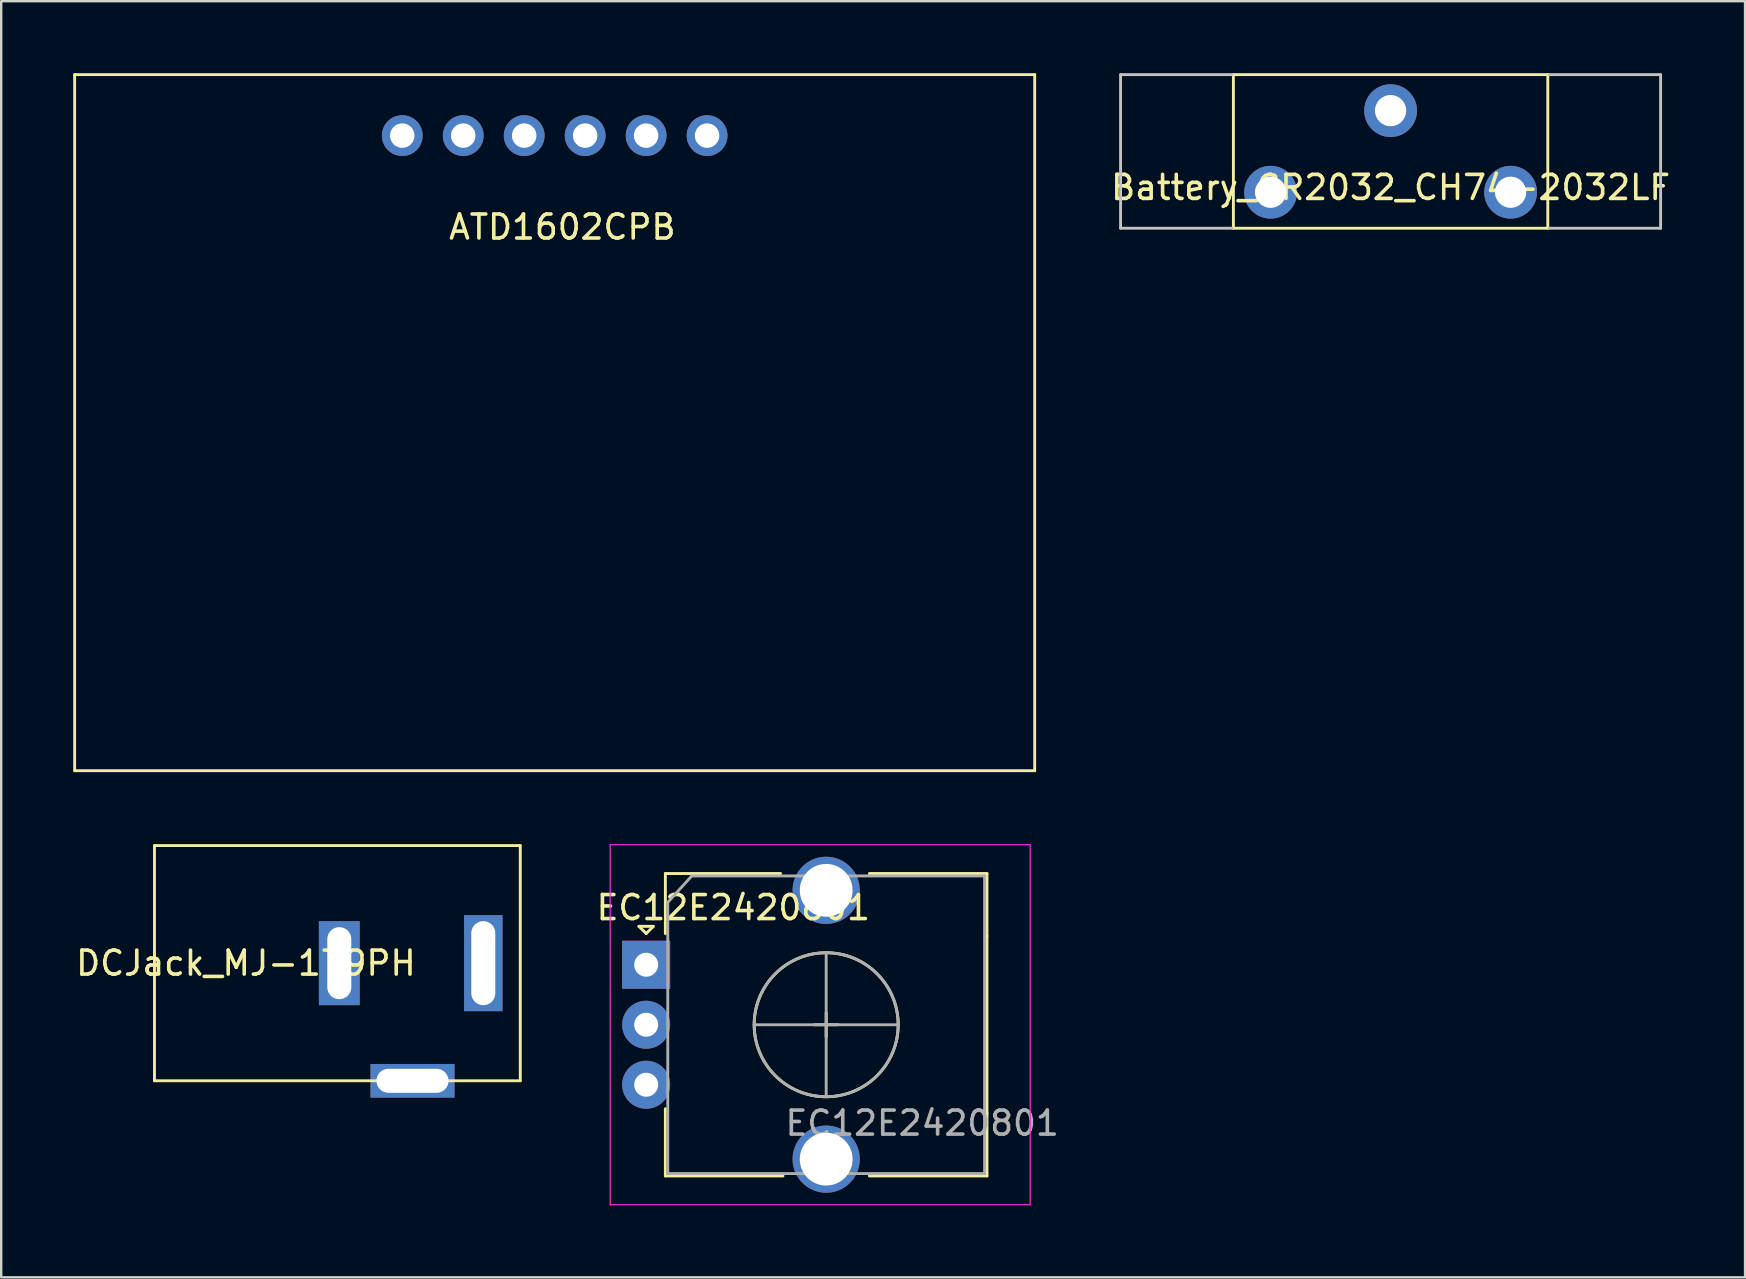
<source format=kicad_pcb>
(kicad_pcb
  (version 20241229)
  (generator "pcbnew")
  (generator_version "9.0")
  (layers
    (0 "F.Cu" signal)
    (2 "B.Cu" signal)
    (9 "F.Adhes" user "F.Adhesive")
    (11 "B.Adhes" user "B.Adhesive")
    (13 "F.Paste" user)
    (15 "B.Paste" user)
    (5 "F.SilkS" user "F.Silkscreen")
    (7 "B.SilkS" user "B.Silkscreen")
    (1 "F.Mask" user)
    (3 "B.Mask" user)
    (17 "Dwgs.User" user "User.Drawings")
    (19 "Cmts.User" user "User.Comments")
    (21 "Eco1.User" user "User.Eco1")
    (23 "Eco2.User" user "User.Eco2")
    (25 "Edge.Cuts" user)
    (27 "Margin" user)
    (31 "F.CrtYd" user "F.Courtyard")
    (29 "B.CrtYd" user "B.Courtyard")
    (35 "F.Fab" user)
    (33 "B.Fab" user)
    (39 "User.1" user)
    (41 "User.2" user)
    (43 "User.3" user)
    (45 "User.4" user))
  (footprint "Battery_CR2032_CH74-2032LF"
    (layer "F.Cu")
    (at 54.888 3.26)
    (property "Reference" "Battery_CR2032_CH74-2032LF" (at 0 1.5 0) (layer "F.SilkS") (effects (font (size 1 1) (thickness 0.15))))
    (attr through_hole)
    (fp_line (start -6.55 -3.2) (end 6.55 -3.2) (stroke (width 0.12) (type solid)) (layer "F.SilkS"))
    (fp_line (start -6.55 3.2) (end -6.55 -3.2) (stroke (width 0.12) (type solid)) (layer "F.SilkS"))
    (fp_line (start -6.55 3.2) (end 6.55 3.2) (stroke (width 0.12) (type solid)) (layer "F.SilkS"))
    (fp_line (start 6.55 3.2) (end 6.55 -3.2) (stroke (width 0.12) (type solid)) (layer "F.SilkS"))
    (fp_line (start -11.25 -3.2) (end -6.6 -3.2) (stroke (width 0.12) (type solid)) (layer "Dwgs.User"))
    (fp_line (start -11.25 3.2) (end -11.25 -3.2) (stroke (width 0.12) (type solid)) (layer "Dwgs.User"))
    (fp_line (start -11.25 3.2) (end -6.6 3.2) (stroke (width 0.12) (type solid)) (layer "Dwgs.User"))
    (fp_line (start 11.25 -3.2) (end 6.6 -3.2) (stroke (width 0.12) (type solid)) (layer "Dwgs.User"))
    (fp_line (start 11.25 3.2) (end 6.6 3.2) (stroke (width 0.12) (type solid)) (layer "Dwgs.User"))
    (fp_line (start 11.25 3.2) (end 11.25 -3.2) (stroke (width 0.12) (type solid)) (layer "Dwgs.User"))
    (pad "1" thru_hole circle (at 0 -1.7) (size 2.2 2.2) (drill 1.3) (layers "*.Cu" "*.Mask"))
    (pad "2" thru_hole circle (at -5 1.7) (size 2.2 2.2) (drill 1.3) (layers "*.Cu" "*.Mask"))
    (pad "2" thru_hole circle (at 5 1.7) (size 2.2 2.2) (drill 1.3) (layers "*.Cu" "*.Mask")))
  (footprint "DCJack_MJ-179PH"
    (layer "F.Cu")
    (at 3.386 37.08)
    (property "Reference" "DCJack_MJ-179PH" (at 3.81 0 0) (layer "F.SilkS") (effects (font (size 1 1) (thickness 0.15))))
    (attr through_hole)
    (fp_line (start 0 -4.9) (end 15.24 -4.9) (stroke (width 0.12) (type solid)) (layer "F.SilkS"))
    (fp_line (start 0 4.9) (end 0 -4.9) (stroke (width 0.12) (type solid)) (layer "F.SilkS"))
    (fp_line (start 0 4.9) (end 15.24 4.9) (stroke (width 0.12) (type solid)) (layer "F.SilkS"))
    (fp_line (start 15.24 4.9) (end 15.24 -4.9) (stroke (width 0.12) (type solid)) (layer "F.SilkS"))
    (pad "1" thru_hole rect (at 13.7 0) (size 1.6 4) (drill oval 1 3.5) (layers "*.Cu" "*.Mask"))
    (pad "2" thru_hole rect (at 7.7 0) (size 1.7 3.5) (drill oval 1 3) (layers "*.Cu" "*.Mask"))
    (pad "MP" thru_hole rect (at 10.75 4.9) (size 3.5 1.4) (drill oval 3 1) (layers "*.Cu" "*.Mask")))
  (footprint "EC12E2420801"
    (layer "F.Cu")
    (at 31.382 39.685)
    (property "Reference" "EC12E2420801" (at -3.88 -4.92 0) (layer "F.SilkS") (effects (font (size 1 1) (thickness 0.15))))
    (attr through_hole)
    (fp_line (start -7.81 -4.14) (end -7.21 -4.14) (stroke (width 0.12) (type solid)) (layer "F.SilkS"))
    (fp_line (start -7.51 -3.84) (end -7.81 -4.14) (stroke (width 0.12) (type solid)) (layer "F.SilkS"))
    (fp_line (start -7.21 -4.14) (end -7.51 -3.84) (stroke (width 0.12) (type solid)) (layer "F.SilkS"))
    (fp_line (start -6.71 -6.34) (end -6.71 -3.84) (stroke (width 0.12) (type solid)) (layer "F.SilkS"))
    (fp_line (start -6.71 6.26) (end -6.71 3.46) (stroke (width 0.12) (type solid)) (layer "F.SilkS"))
    (fp_line (start -1.91 -6.34) (end -6.71 -6.34) (stroke (width 0.12) (type solid)) (layer "F.SilkS"))
    (fp_line (start -1.81 6.26) (end -6.71 6.26) (stroke (width 0.12) (type solid)) (layer "F.SilkS"))
    (fp_line (start -0.51 -0.04) (end 0.49 -0.04) (stroke (width 0.12) (type solid)) (layer "F.SilkS"))
    (fp_line (start -0.01 -0.54) (end -0.01 0.46) (stroke (width 0.12) (type solid)) (layer "F.SilkS"))
    (fp_line (start 1.79 -6.34) (end 6.69 -6.34) (stroke (width 0.12) (type solid)) (layer "F.SilkS"))
    (fp_line (start 6.69 -6.34) (end 6.69 -3.74) (stroke (width 0.12) (type solid)) (layer "F.SilkS"))
    (fp_line (start 6.69 -3.74) (end 6.69 3.66) (stroke (width 0.12) (type solid)) (layer "F.SilkS"))
    (fp_line (start 6.69 3.66) (end 6.69 6.26) (stroke (width 0.12) (type solid)) (layer "F.SilkS"))
    (fp_line (start 6.69 6.26) (end 1.79 6.26) (stroke (width 0.12) (type solid)) (layer "F.SilkS"))
    (fp_circle (center -0.01 -0.04) (end 2.99 -0.04) (stroke (width 0.12) (type solid)) (fill no) (layer "F.SilkS"))
    (fp_line (start -9.01 -7.54) (end -9.01 7.46) (stroke (width 0.05) (type solid)) (layer "F.CrtYd"))
    (fp_line (start -9.01 -7.54) (end 8.49 -7.54) (stroke (width 0.05) (type solid)) (layer "F.CrtYd"))
    (fp_line (start 8.49 7.46) (end -9.01 7.46) (stroke (width 0.05) (type solid)) (layer "F.CrtYd"))
    (fp_line (start 8.49 7.46) (end 8.49 -7.54) (stroke (width 0.05) (type solid)) (layer "F.CrtYd"))
    (fp_line (start -6.61 -5.14) (end -5.61 -6.24) (stroke (width 0.12) (type solid)) (layer "F.Fab"))
    (fp_line (start -6.61 6.16) (end -6.61 -5.14) (stroke (width 0.12) (type solid)) (layer "F.Fab"))
    (fp_line (start -5.61 -6.24) (end 6.59 -6.24) (stroke (width 0.12) (type solid)) (layer "F.Fab"))
    (fp_line (start -3.01 -0.04) (end 2.99 -0.04) (stroke (width 0.12) (type solid)) (layer "F.Fab"))
    (fp_line (start -0.01 -3.04) (end -0.01 2.96) (stroke (width 0.12) (type solid)) (layer "F.Fab"))
    (fp_line (start 6.59 -6.24) (end 6.59 6.16) (stroke (width 0.12) (type solid)) (layer "F.Fab"))
    (fp_line (start 6.59 6.16) (end -6.61 6.16) (stroke (width 0.12) (type solid)) (layer "F.Fab"))
    (fp_circle (center -0.01 -0.04) (end 2.99 -0.04) (stroke (width 0.12) (type solid)) (fill no) (layer "F.Fab"))
    (fp_text user "${REFERENCE}" (at 3.99 4.06 0) (layer "F.Fab") (effects (font (size 1 1) (thickness 0.15))))
    (pad "A" thru_hole rect (at -7.51 -2.54) (size 2 2) (drill 1) (layers "*.Cu" "*.Mask"))
    (pad "B" thru_hole circle (at -7.51 2.46) (size 2 2) (drill 1) (layers "*.Cu" "*.Mask"))
    (pad "C" thru_hole circle (at -7.51 -0.04) (size 2 2) (drill 1) (layers "*.Cu" "*.Mask"))
    (pad "MP" thru_hole circle (at -0.01 -5.64) (size 2.8 2.8) (drill 2.2) (layers "*.Cu" "*.Mask"))
    (pad "MP" thru_hole circle (at -0.01 5.56) (size 2.8 2.8) (drill 2.2) (layers "*.Cu" "*.Mask")))
  (footprint "ATD1602CPB"
    (layer "F.Cu")
    (at 20.38 14.03)
    (property "Reference" "ATD1602CPB" (at 0 -7.62 0) (layer "F.SilkS") (effects (font (size 1 1) (thickness 0.15))))
    (attr through_hole)
    (fp_line (start -20.32 -13.97) (end -20.32 15.03) (stroke (width 0.12) (type solid)) (layer "F.SilkS"))
    (fp_line (start -20.32 -13.97) (end 19.68 -13.97) (stroke (width 0.12) (type solid)) (layer "F.SilkS"))
    (fp_line (start 19.68 -13.97) (end 19.68 15.03) (stroke (width 0.12) (type solid)) (layer "F.SilkS"))
    (fp_line (start 19.68 15.03) (end -20.32 15.03) (stroke (width 0.12) (type solid)) (layer "F.SilkS"))
    (pad "1" thru_hole circle (at -6.67 -11.43) (size 1.7 1.7) (drill 1.02) (layers "*.Cu" "*.Mask"))
    (pad "2" thru_hole circle (at -4.13 -11.43) (size 1.7 1.7) (drill 1.02) (layers "*.Cu" "*.Mask"))
    (pad "3" thru_hole circle (at -1.59 -11.43) (size 1.7 1.7) (drill 1.02) (layers "*.Cu" "*.Mask"))
    (pad "4" thru_hole circle (at 0.95 -11.43) (size 1.7 1.7) (drill 1.02) (layers "*.Cu" "*.Mask"))
    (pad "5" thru_hole circle (at 3.49 -11.43) (size 1.7 1.7) (drill 1.02) (layers "*.Cu" "*.Mask"))
    (pad "6" thru_hole circle (at 6.03 -11.43) (size 1.7 1.7) (drill 1.02) (layers "*.Cu" "*.Mask")))
  (gr_rect
    (start -3 -3)
    (end 69.656 50.17)
    (stroke (width 0.1) (type default))
    (fill no)
    (layer "Edge.Cuts")))
</source>
